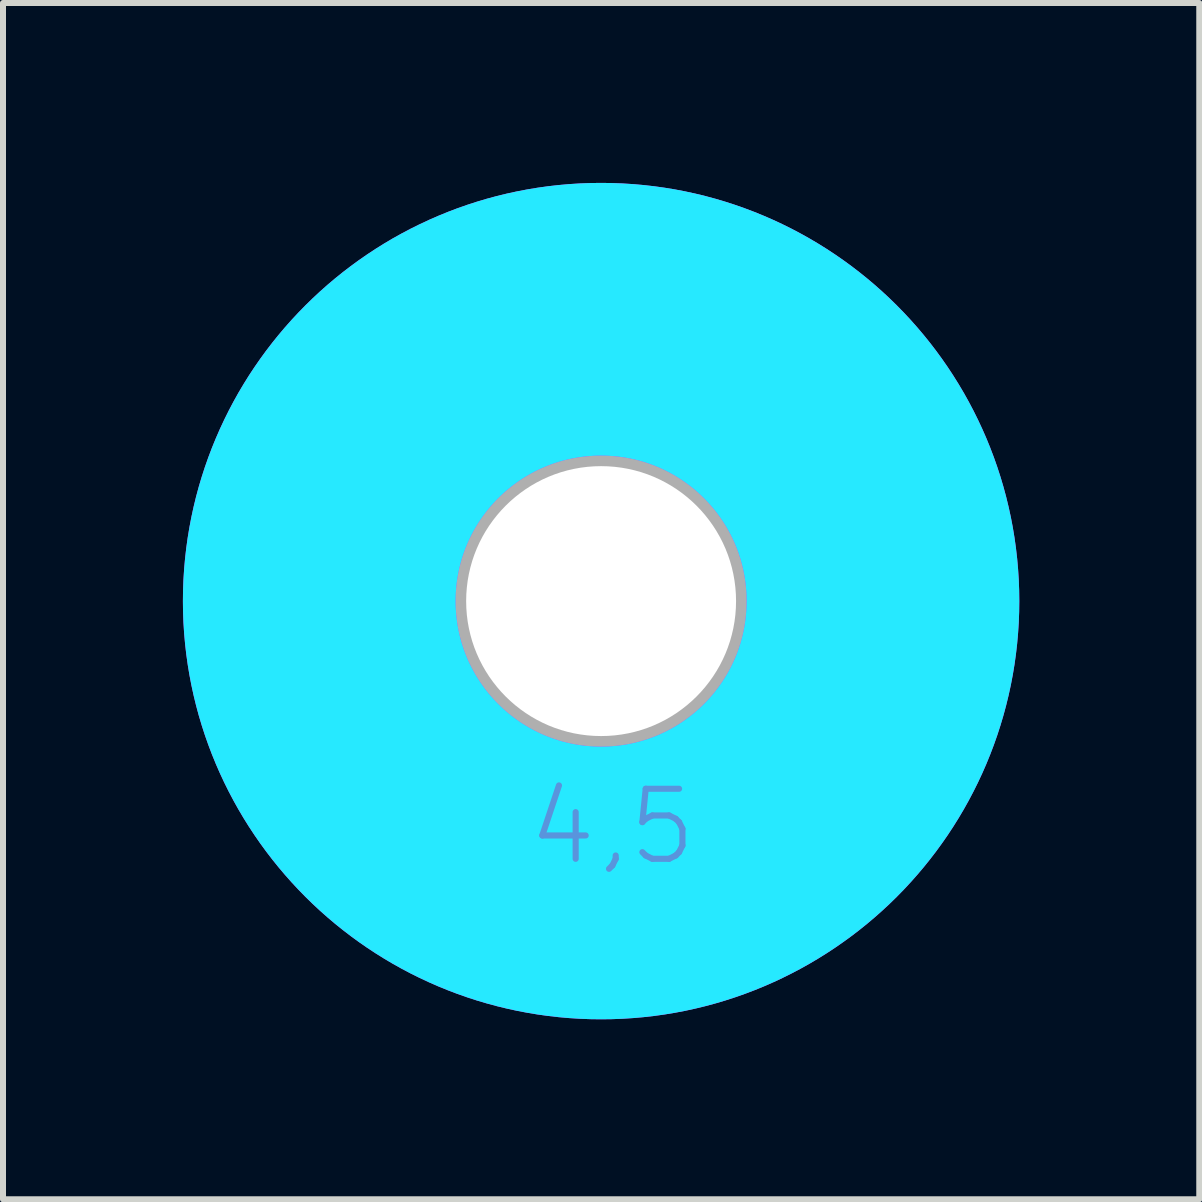
<source format=kicad_pcb>
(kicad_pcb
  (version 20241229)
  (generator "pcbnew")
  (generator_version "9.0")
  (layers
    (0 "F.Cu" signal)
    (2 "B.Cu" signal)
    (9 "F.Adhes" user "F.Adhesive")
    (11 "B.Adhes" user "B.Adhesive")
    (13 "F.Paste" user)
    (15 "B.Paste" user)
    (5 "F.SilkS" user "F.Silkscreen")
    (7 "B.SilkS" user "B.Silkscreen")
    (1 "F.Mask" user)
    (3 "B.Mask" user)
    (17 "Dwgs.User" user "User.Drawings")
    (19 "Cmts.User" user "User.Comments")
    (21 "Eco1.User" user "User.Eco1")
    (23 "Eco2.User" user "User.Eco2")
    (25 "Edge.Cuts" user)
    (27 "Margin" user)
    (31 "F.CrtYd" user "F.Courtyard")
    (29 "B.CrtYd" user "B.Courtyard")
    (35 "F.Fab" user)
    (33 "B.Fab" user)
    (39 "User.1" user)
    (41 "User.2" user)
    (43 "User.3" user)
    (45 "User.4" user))
  (footprint "footprint"
    (layer "F.Cu")
    (at 6.972 6.972)
    (property "Reference" "footprint" (at 0 0 0) (layer "F.SilkS") (effects (font (size 1.27 1.27) (thickness 0.15))))
    (fp_line (start -2.159 0) (end -4.445 0) (stroke (width 0.051) (type solid)) (layer "F.SilkS"))
    (fp_line (start 0 -4.445) (end 0 -2.159) (stroke (width 0.051) (type solid)) (layer "F.SilkS"))
    (fp_line (start 0 2.159) (end 0 4.445) (stroke (width 0.051) (type solid)) (layer "F.SilkS"))
    (fp_line (start 4.445 0) (end 2.159 0) (stroke (width 0.051) (type solid)) (layer "F.SilkS"))
    (fp_circle (center 0 0) (end 2.35 0) (stroke (width 0.152) (type solid)) (fill no) (layer "F.SilkS"))
    (fp_circle (center 0 0) (end 4.496 0) (stroke (width 0.152) (type solid)) (fill no) (layer "F.SilkS"))
    (fp_circle (center 0 0) (end 4.699 0) (stroke (width 4.547) (type solid)) (fill no) (layer "B.CrtYd"))
    (fp_circle (center 0 0) (end 4.699 0) (stroke (width 4.547) (type solid)) (fill no) (layer "F.CrtYd"))
    (fp_arc (start 0 -2.54) (mid 1.796051 -1.796051) (end 2.54 0) (stroke (width 3.9116) (type solid)) (layer "F.Fab"))
    (fp_arc (start 0 2.54) (mid -1.796051 1.796051) (end -2.54 0) (stroke (width 3.9116) (type solid)) (layer "F.Fab"))
    (fp_circle (center 0 0) (end 0.762 0) (stroke (width 0.457) (type solid)) (fill no) (layer "F.Fab"))
    (fp_text user "4,5" (at -1.27 4.445 0) (layer "Cmts.User") (effects (font (size 1.168 1.168) (thickness 0.102)) (justify left bottom)))
    (pad "" np_thru_hole circle (at 0 0) (size 4.5 4.5) (drill 4.5) (layers "*.Cu" "*.Mask"))
    (zone (net_name "") (layer "F.Cu") (hatch edge 0.508) (connect_pads) (min_thickness 0.254) (filled_areas_thickness no) (keepout (tracks not_allowed) (vias not_allowed) (pads not_allowed) (copperpour not_allowed) (footprints allowed)) (placement (enabled no)) (fill) (polygon (pts (xy 12.061 6.972) (xy 11.983 6.089) (xy 11.754 5.232) (xy 11.379 4.428) (xy 10.87 3.702) (xy 10.243 3.074) (xy 9.517 2.566) (xy 8.713 2.191) (xy 7.856 1.961) (xy 6.972 1.884) (xy 6.089 1.961) (xy 5.232 2.191) (xy 4.428 2.566) (xy 3.702 3.074) (xy 3.074 3.702) (xy 2.566 4.428) (xy 2.191 5.232) (xy 1.961 6.089) (xy 1.884 6.972) (xy 1.961 7.856) (xy 2.191 8.713) (xy 2.566 9.517) (xy 3.074 10.243) (xy 3.702 10.87) (xy 4.428 11.379) (xy 5.232 11.754) (xy 6.089 11.983) (xy 6.972 12.061) (xy 7.856 11.983) (xy 8.713 11.754) (xy 9.517 11.379) (xy 10.243 10.87) (xy 10.87 10.243) (xy 11.379 9.517) (xy 11.754 8.713) (xy 11.983 7.856))) (polygon (pts (xy 9.521 6.972) (xy 9.482 6.53) (xy 9.367 6.101) (xy 9.179 5.698) (xy 8.924 5.334) (xy 8.61 5.02) (xy 8.246 4.765) (xy 7.844 4.578) (xy 7.415 4.463) (xy 6.972 4.424) (xy 6.53 4.463) (xy 6.101 4.578) (xy 5.698 4.765) (xy 5.334 5.02) (xy 5.02 5.334) (xy 4.765 5.698) (xy 4.578 6.101) (xy 4.463 6.53) (xy 4.424 6.972) (xy 4.463 7.415) (xy 4.578 7.844) (xy 4.765 8.246) (xy 5.02 8.61) (xy 5.334 8.924) (xy 5.698 9.179) (xy 6.101 9.367) (xy 6.53 9.482) (xy 6.972 9.521) (xy 7.415 9.482) (xy 7.844 9.367) (xy 8.246 9.179) (xy 8.61 8.924) (xy 8.924 8.61) (xy 9.179 8.246) (xy 9.367 7.844) (xy 9.482 7.415))))
    (zone (net_name "") (layers "F.Cu" "B.Cu") (hatch edge 0.508) (connect_pads) (min_thickness 0.254) (filled_areas_thickness no) (keepout (tracks allowed) (vias not_allowed) (pads allowed) (copperpour allowed) (footprints allowed)) (placement (enabled no)) (fill) (polygon (pts (xy 12.052 6.972) (xy 11.975 6.09) (xy 11.746 5.235) (xy 11.372 4.432) (xy 10.864 3.707) (xy 10.238 3.081) (xy 9.512 2.573) (xy 8.71 2.199) (xy 7.854 1.969) (xy 6.972 1.892) (xy 6.09 1.969) (xy 5.235 2.199) (xy 4.432 2.573) (xy 3.707 3.081) (xy 3.081 3.707) (xy 2.573 4.432) (xy 2.199 5.235) (xy 1.969 6.09) (xy 1.892 6.972) (xy 1.969 7.854) (xy 2.199 8.71) (xy 2.573 9.512) (xy 3.081 10.238) (xy 3.707 10.864) (xy 4.432 11.372) (xy 5.235 11.746) (xy 6.09 11.975) (xy 6.972 12.052) (xy 7.854 11.975) (xy 8.71 11.746) (xy 9.512 11.372) (xy 10.238 10.864) (xy 10.864 10.238) (xy 11.372 9.512) (xy 11.746 8.71) (xy 11.975 7.854))) (polygon (pts (xy 9.512 6.972) (xy 9.474 6.531) (xy 9.359 6.104) (xy 9.172 5.702) (xy 8.918 5.34) (xy 8.605 5.027) (xy 8.242 4.773) (xy 7.841 4.585) (xy 7.413 4.471) (xy 6.972 4.432) (xy 6.531 4.471) (xy 6.104 4.585) (xy 5.702 4.773) (xy 5.34 5.027) (xy 5.027 5.34) (xy 4.773 5.702) (xy 4.585 6.104) (xy 4.471 6.531) (xy 4.432 6.972) (xy 4.471 7.413) (xy 4.585 7.841) (xy 4.773 8.242) (xy 5.027 8.605) (xy 5.34 8.918) (xy 5.702 9.172) (xy 6.104 9.359) (xy 6.531 9.474) (xy 6.972 9.512) (xy 7.413 9.474) (xy 7.841 9.359) (xy 8.242 9.172) (xy 8.605 8.918) (xy 8.918 8.605) (xy 9.172 8.242) (xy 9.359 7.841) (xy 9.474 7.413))))
    (zone (net_name "") (layer "B.Cu") (hatch edge 0.508) (connect_pads) (min_thickness 0.254) (filled_areas_thickness no) (keepout (tracks not_allowed) (vias not_allowed) (pads not_allowed) (copperpour not_allowed) (footprints allowed)) (placement (enabled no)) (fill) (polygon (pts (xy 12.052 6.972) (xy 11.975 6.09) (xy 11.746 5.235) (xy 11.372 4.432) (xy 10.864 3.707) (xy 10.238 3.081) (xy 9.512 2.573) (xy 8.71 2.199) (xy 7.854 1.969) (xy 6.972 1.892) (xy 6.09 1.969) (xy 5.235 2.199) (xy 4.432 2.573) (xy 3.707 3.081) (xy 3.081 3.707) (xy 2.573 4.432) (xy 2.199 5.235) (xy 1.969 6.09) (xy 1.892 6.972) (xy 1.969 7.854) (xy 2.199 8.71) (xy 2.573 9.512) (xy 3.081 10.238) (xy 3.707 10.864) (xy 4.432 11.372) (xy 5.235 11.746) (xy 6.09 11.975) (xy 6.972 12.052) (xy 7.854 11.975) (xy 8.71 11.746) (xy 9.512 11.372) (xy 10.238 10.864) (xy 10.864 10.238) (xy 11.372 9.512) (xy 11.746 8.71) (xy 11.975 7.854))) (polygon (pts (xy 9.512 6.972) (xy 9.474 6.531) (xy 9.359 6.104) (xy 9.172 5.702) (xy 8.918 5.34) (xy 8.605 5.027) (xy 8.242 4.773) (xy 7.841 4.585) (xy 7.413 4.471) (xy 6.972 4.432) (xy 6.531 4.471) (xy 6.104 4.585) (xy 5.702 4.773) (xy 5.34 5.027) (xy 5.027 5.34) (xy 4.773 5.702) (xy 4.585 6.104) (xy 4.471 6.531) (xy 4.432 6.972) (xy 4.471 7.413) (xy 4.585 7.841) (xy 4.773 8.242) (xy 5.027 8.605) (xy 5.34 8.918) (xy 5.702 9.172) (xy 6.104 9.359) (xy 6.531 9.474) (xy 6.972 9.512) (xy 7.413 9.474) (xy 7.841 9.359) (xy 8.242 9.172) (xy 8.605 8.918) (xy 8.918 8.605) (xy 9.172 8.242) (xy 9.359 7.841) (xy 9.474 7.413)))))
  (gr_rect
    (start -3 -3)
    (end 16.945 16.945)
    (stroke (width 0.1) (type default))
    (fill no)
    (layer "Edge.Cuts")))
</source>
